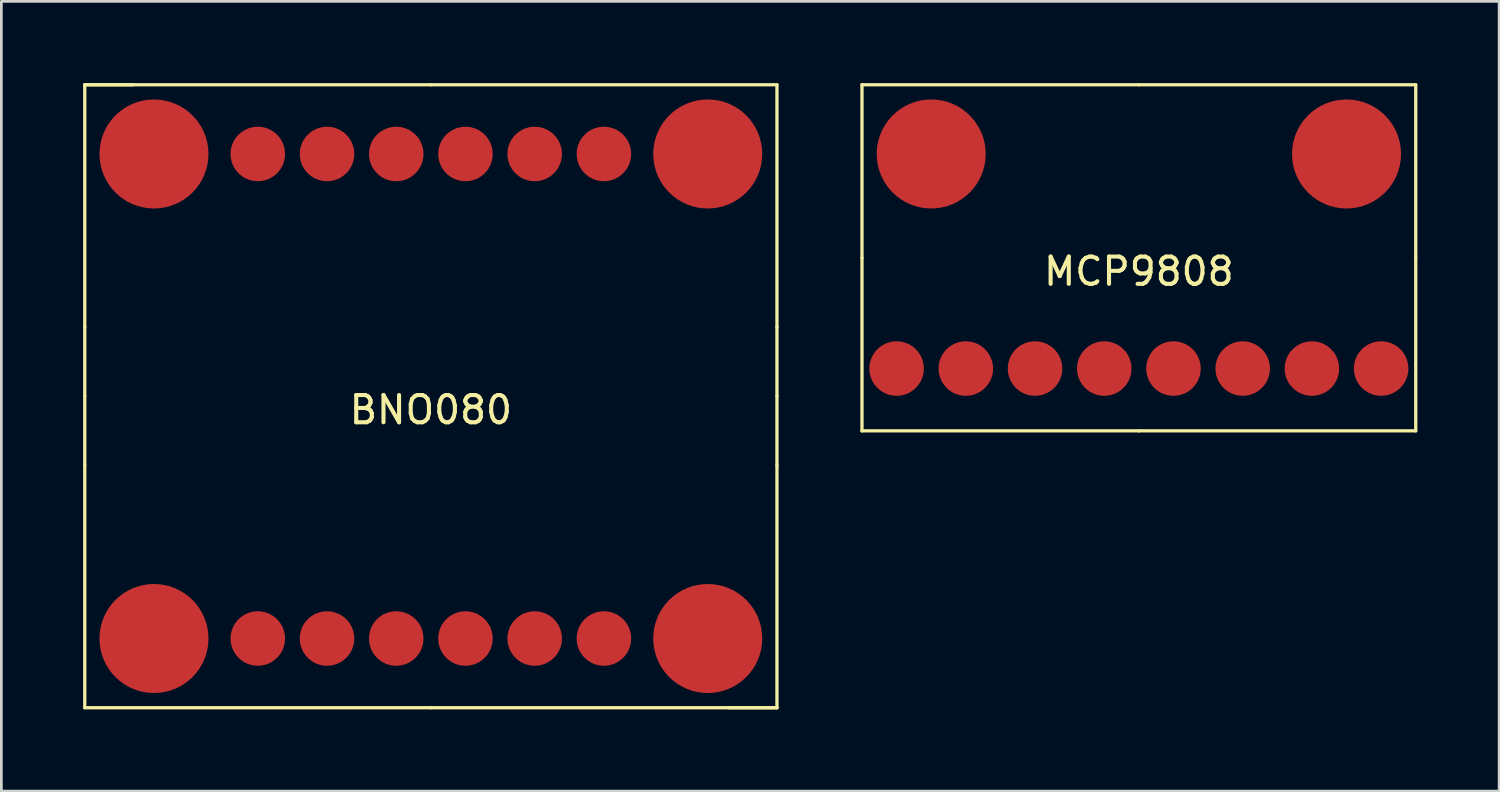
<source format=kicad_pcb>
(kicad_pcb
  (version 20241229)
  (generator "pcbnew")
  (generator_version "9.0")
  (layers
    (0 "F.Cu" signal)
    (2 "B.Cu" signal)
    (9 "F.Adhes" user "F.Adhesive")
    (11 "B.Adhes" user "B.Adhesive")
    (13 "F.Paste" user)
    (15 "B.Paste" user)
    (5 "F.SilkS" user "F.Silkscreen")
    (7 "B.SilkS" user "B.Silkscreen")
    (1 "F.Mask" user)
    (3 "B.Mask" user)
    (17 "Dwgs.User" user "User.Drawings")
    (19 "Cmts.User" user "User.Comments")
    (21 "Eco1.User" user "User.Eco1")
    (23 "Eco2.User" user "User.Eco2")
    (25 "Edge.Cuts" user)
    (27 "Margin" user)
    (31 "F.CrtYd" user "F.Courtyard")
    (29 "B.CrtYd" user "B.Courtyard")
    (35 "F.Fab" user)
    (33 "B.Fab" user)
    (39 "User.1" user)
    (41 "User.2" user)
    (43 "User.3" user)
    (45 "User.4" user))
  (footprint "MCP9808"
    (layer "F.Cu")
    (at 38.74 6.41)
    (property "Reference" "MCP9808" (at 0 0.5 0) (layer "F.SilkS") (effects (font (size 1 1) (thickness 0.15))))
    (attr through_hole)
    (fp_line (start -10.16 -6.35) (end -10.16 0) (stroke (width 0.12) (type solid)) (layer "F.SilkS"))
    (fp_line (start -10.16 6.35) (end -10.16 0) (stroke (width 0.12) (type solid)) (layer "F.SilkS"))
    (fp_line (start 0 -6.35) (end -10.16 -6.35) (stroke (width 0.12) (type solid)) (layer "F.SilkS"))
    (fp_line (start 0 -6.35) (end 10.16 -6.35) (stroke (width 0.12) (type solid)) (layer "F.SilkS"))
    (fp_line (start 0 6.35) (end -10.16 6.35) (stroke (width 0.12) (type solid)) (layer "F.SilkS"))
    (fp_line (start 0 6.35) (end 10.16 6.35) (stroke (width 0.12) (type solid)) (layer "F.SilkS"))
    (fp_line (start 10.16 -6.35) (end 10.16 0) (stroke (width 0.12) (type solid)) (layer "F.SilkS"))
    (fp_line (start 10.16 6.35) (end 10.16 0) (stroke (width 0.12) (type solid)) (layer "F.SilkS"))
    (pad "1" smd circle (at -8.89 4.064) (size 2 2) (layers "F.Cu" "F.Mask" "F.Paste"))
    (pad "2" smd circle (at -6.35 4.064) (size 2 2) (layers "F.Cu" "F.Mask" "F.Paste"))
    (pad "3" smd circle (at -3.81 4.064) (size 2 2) (layers "F.Cu" "F.Mask" "F.Paste"))
    (pad "4" smd circle (at -1.27 4.064) (size 2 2) (layers "F.Cu" "F.Mask" "F.Paste"))
    (pad "5" smd circle (at 1.27 4.064) (size 2 2) (layers "F.Cu" "F.Mask" "F.Paste"))
    (pad "6" smd circle (at 3.81 4.064) (size 2 2) (layers "F.Cu" "F.Mask" "F.Paste"))
    (pad "7" smd circle (at 6.35 4.064) (size 2 2) (layers "F.Cu" "F.Mask" "F.Paste"))
    (pad "8" smd circle (at 8.89 4.064) (size 2 2) (layers "F.Cu" "F.Mask" "F.Paste"))
    (pad "9" smd circle (at -7.62 -3.81) (size 4 4) (layers "F.Cu" "F.Mask" "F.Paste"))
    (pad "10" smd circle (at 7.62 -3.81) (size 4 4) (layers "F.Cu" "F.Mask" "F.Paste")))
  (footprint "BNO080"
    (layer "F.Cu")
    (at 12.76 11.49)
    (property "Reference" "BNO080" (at 0 0.5 0) (layer "F.SilkS") (effects (font (size 1 1) (thickness 0.15))))
    (attr through_hole)
    (fp_line (start -12.7 -11.43) (end -10.922 -11.43) (stroke (width 0.12) (type solid)) (layer "F.SilkS"))
    (fp_line (start -12.7 -2.54) (end -12.7 -11.43) (stroke (width 0.12) (type solid)) (layer "F.SilkS"))
    (fp_line (start -12.7 -2.54) (end -12.7 0) (stroke (width 0.12) (type solid)) (layer "F.SilkS"))
    (fp_line (start -12.7 2.54) (end -12.7 0) (stroke (width 0.12) (type solid)) (layer "F.SilkS"))
    (fp_line (start -12.7 2.54) (end -12.7 11.43) (stroke (width 0.12) (type solid)) (layer "F.SilkS"))
    (fp_line (start 0 -11.43) (end -12.7 -11.43) (stroke (width 0.12) (type solid)) (layer "F.SilkS"))
    (fp_line (start 0 -11.43) (end 12.7 -11.43) (stroke (width 0.12) (type solid)) (layer "F.SilkS"))
    (fp_line (start 0 11.43) (end -12.7 11.43) (stroke (width 0.12) (type solid)) (layer "F.SilkS"))
    (fp_line (start 0 11.43) (end 12.7 11.43) (stroke (width 0.12) (type solid)) (layer "F.SilkS"))
    (fp_line (start 12.7 -2.54) (end 12.7 -11.43) (stroke (width 0.12) (type solid)) (layer "F.SilkS"))
    (fp_line (start 12.7 -2.54) (end 12.7 0) (stroke (width 0.12) (type solid)) (layer "F.SilkS"))
    (fp_line (start 12.7 2.54) (end 12.7 0) (stroke (width 0.12) (type solid)) (layer "F.SilkS"))
    (fp_line (start 12.7 2.54) (end 12.7 11.43) (stroke (width 0.12) (type solid)) (layer "F.SilkS"))
    (fp_line (start 12.7 11.43) (end 10.922 11.43) (stroke (width 0.12) (type solid)) (layer "F.SilkS"))
    (pad "1" smd circle (at -6.35 8.89) (size 2 2) (layers "F.Cu" "F.Mask" "F.Paste"))
    (pad "2" smd circle (at -3.81 8.89) (size 2 2) (layers "F.Cu" "F.Mask" "F.Paste"))
    (pad "3" smd circle (at -1.27 8.89) (size 2 2) (layers "F.Cu" "F.Mask" "F.Paste"))
    (pad "4" smd circle (at 1.27 8.89) (size 2 2) (layers "F.Cu" "F.Mask" "F.Paste"))
    (pad "5" smd circle (at 3.81 8.89) (size 2 2) (layers "F.Cu" "F.Mask" "F.Paste"))
    (pad "6" smd circle (at 6.35 8.89) (size 2 2) (layers "F.Cu" "F.Mask" "F.Paste"))
    (pad "7" smd circle (at -6.35 -8.89 180) (size 2 2) (layers "F.Cu" "F.Mask" "F.Paste"))
    (pad "8" smd circle (at -3.81 -8.89 180) (size 2 2) (layers "F.Cu" "F.Mask" "F.Paste"))
    (pad "9" smd circle (at -1.27 -8.89 180) (size 2 2) (layers "F.Cu" "F.Mask" "F.Paste"))
    (pad "10" smd circle (at 1.27 -8.89 180) (size 2 2) (layers "F.Cu" "F.Mask" "F.Paste"))
    (pad "11" smd circle (at 3.81 -8.89 180) (size 2 2) (layers "F.Cu" "F.Mask" "F.Paste"))
    (pad "12" smd circle (at 6.35 -8.89 180) (size 2 2) (layers "F.Cu" "F.Mask" "F.Paste"))
    (pad "13" smd circle (at -10.16 8.89) (size 4 4) (layers "F.Cu" "F.Mask" "F.Paste"))
    (pad "14" smd circle (at 10.16 8.89) (size 4 4) (layers "F.Cu" "F.Mask" "F.Paste"))
    (pad "15" smd circle (at -10.16 -8.89 180) (size 4 4) (layers "F.Cu" "F.Mask" "F.Paste"))
    (pad "16" smd circle (at 10.16 -8.89 180) (size 4 4) (layers "F.Cu" "F.Mask" "F.Paste")))
  (gr_rect
    (start -3 -3)
    (end 51.96 25.98)
    (stroke (width 0.1) (type default))
    (fill no)
    (layer "Edge.Cuts")))
</source>
